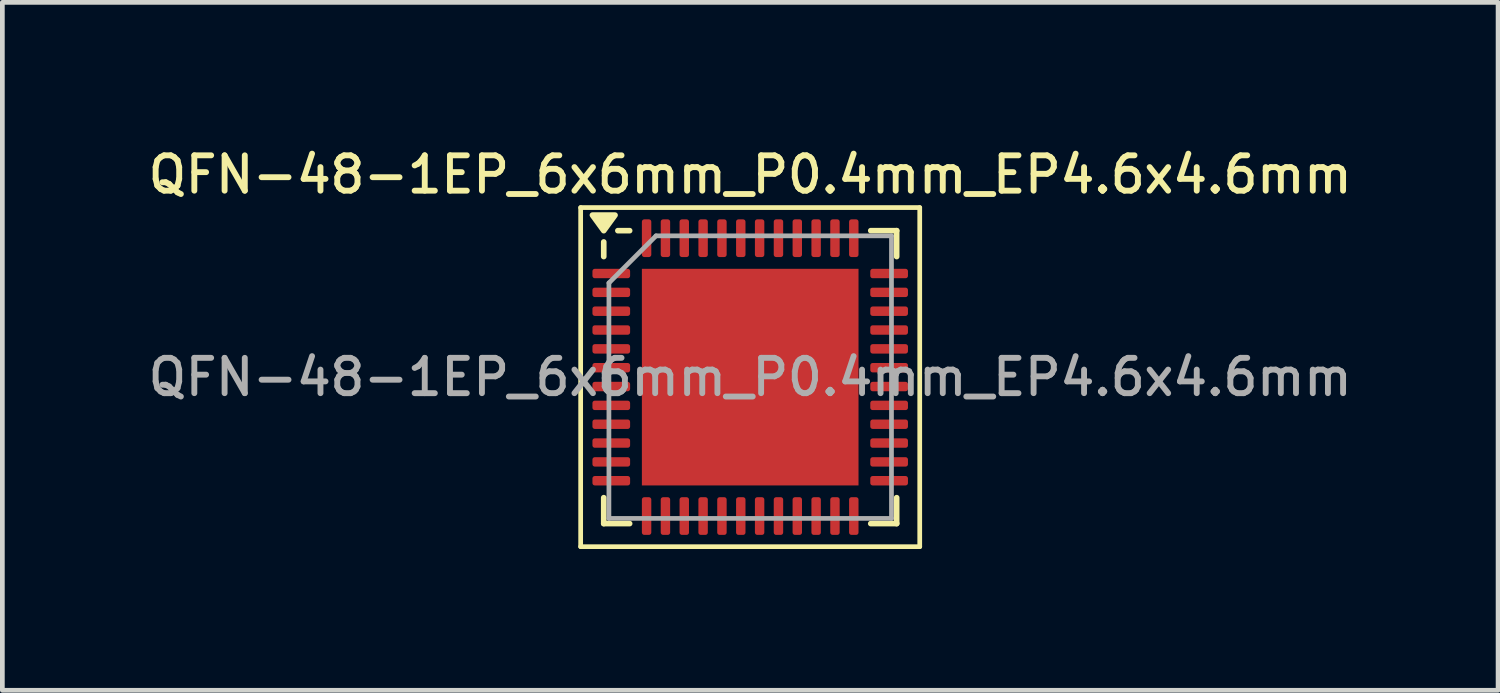
<source format=kicad_pcb>
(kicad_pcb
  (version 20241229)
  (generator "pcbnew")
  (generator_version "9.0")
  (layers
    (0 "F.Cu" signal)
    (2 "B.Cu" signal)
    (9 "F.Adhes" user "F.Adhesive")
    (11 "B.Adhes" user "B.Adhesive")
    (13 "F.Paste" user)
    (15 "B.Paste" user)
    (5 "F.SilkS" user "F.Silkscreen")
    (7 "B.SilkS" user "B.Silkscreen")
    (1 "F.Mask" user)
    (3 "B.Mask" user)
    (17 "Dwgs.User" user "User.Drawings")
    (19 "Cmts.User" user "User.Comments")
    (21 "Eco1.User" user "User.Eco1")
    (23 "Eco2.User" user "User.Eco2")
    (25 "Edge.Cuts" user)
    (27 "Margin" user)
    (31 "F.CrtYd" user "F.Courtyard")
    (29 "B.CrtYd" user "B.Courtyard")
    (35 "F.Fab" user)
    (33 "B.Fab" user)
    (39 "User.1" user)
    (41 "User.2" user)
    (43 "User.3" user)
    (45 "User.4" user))
  (footprint "QFN-48-1EP_6x6mm_P0.4mm_EP4.6x4.6mm"
    (layer "F.Cu")
    (at 12.88 4.958)
    (property "Reference" "QFN-48-1EP_6x6mm_P0.4mm_EP4.6x4.6mm" (at 0 -4.3 0) (layer "F.SilkS") (effects (font (size 0.75 0.75) (thickness 0.125))))
    (attr smd)
    (fp_line (start -3.6 -3.6) (end -3.6 3.6) (stroke (width 0.1) (type solid)) (layer "F.SilkS"))
    (fp_line (start -3.6 3.6) (end 3.6 3.6) (stroke (width 0.1) (type solid)) (layer "F.SilkS"))
    (fp_line (start -3.11 -2.56) (end -3.11 -2.87) (stroke (width 0.12) (type solid)) (layer "F.SilkS"))
    (fp_line (start -3.11 3.11) (end -3.11 2.56) (stroke (width 0.12) (type solid)) (layer "F.SilkS"))
    (fp_line (start -2.56 -3.11) (end -2.81 -3.11) (stroke (width 0.12) (type solid)) (layer "F.SilkS"))
    (fp_line (start -2.56 3.11) (end -3.11 3.11) (stroke (width 0.12) (type solid)) (layer "F.SilkS"))
    (fp_line (start 2.56 -3.11) (end 3.11 -3.11) (stroke (width 0.12) (type solid)) (layer "F.SilkS"))
    (fp_line (start 2.56 3.11) (end 3.11 3.11) (stroke (width 0.12) (type solid)) (layer "F.SilkS"))
    (fp_line (start 3.11 -3.11) (end 3.11 -2.56) (stroke (width 0.12) (type solid)) (layer "F.SilkS"))
    (fp_line (start 3.11 3.11) (end 3.11 2.56) (stroke (width 0.12) (type solid)) (layer "F.SilkS"))
    (fp_line (start 3.6 -3.6) (end -3.6 -3.6) (stroke (width 0.1) (type solid)) (layer "F.SilkS"))
    (fp_line (start 3.6 3.6) (end 3.6 -3.6) (stroke (width 0.1) (type solid)) (layer "F.SilkS"))
    (fp_poly (pts (xy -3.11 -3.11) (xy -3.35 -3.44) (xy -2.87 -3.44) (xy -3.11 -3.11)) (stroke (width 0.12) (type solid)) (fill yes) (layer "F.SilkS"))
    (fp_line (start -3 -2) (end -2 -3) (stroke (width 0.1) (type solid)) (layer "F.Fab"))
    (fp_line (start -3 3) (end -3 -2) (stroke (width 0.1) (type solid)) (layer "F.Fab"))
    (fp_line (start -2 -3) (end 3 -3) (stroke (width 0.1) (type solid)) (layer "F.Fab"))
    (fp_line (start 3 -3) (end 3 3) (stroke (width 0.1) (type solid)) (layer "F.Fab"))
    (fp_line (start 3 3) (end -3 3) (stroke (width 0.1) (type solid)) (layer "F.Fab"))
    (fp_text user "${REFERENCE}" (at 0 0 0) (layer "F.Fab") (effects (font (size 0.75 0.75) (thickness 0.125))))
    (pad "" smd roundrect (at -1.53 -1.53) (size 1.24 1.24) (layers "F.Paste") (roundrect_rratio 0.202))
    (pad "" smd roundrect (at -1.53 0) (size 1.24 1.24) (layers "F.Paste") (roundrect_rratio 0.202))
    (pad "" smd roundrect (at -1.53 1.53) (size 1.24 1.24) (layers "F.Paste") (roundrect_rratio 0.202))
    (pad "" smd roundrect (at 0 -1.53) (size 1.24 1.24) (layers "F.Paste") (roundrect_rratio 0.202))
    (pad "" smd roundrect (at 0 0) (size 1.24 1.24) (layers "F.Paste") (roundrect_rratio 0.202))
    (pad "" smd roundrect (at 0 1.53) (size 1.24 1.24) (layers "F.Paste") (roundrect_rratio 0.202))
    (pad "" smd roundrect (at 1.53 -1.53) (size 1.24 1.24) (layers "F.Paste") (roundrect_rratio 0.202))
    (pad "" smd roundrect (at 1.53 0) (size 1.24 1.24) (layers "F.Paste") (roundrect_rratio 0.202))
    (pad "" smd roundrect (at 1.53 1.53) (size 1.24 1.24) (layers "F.Paste") (roundrect_rratio 0.202))
    (pad "1" smd roundrect (at -2.95 -2.2) (size 0.8 0.2) (layers "F.Cu" "F.Mask" "F.Paste") (roundrect_rratio 0.25))
    (pad "2" smd roundrect (at -2.95 -1.8) (size 0.8 0.2) (layers "F.Cu" "F.Mask" "F.Paste") (roundrect_rratio 0.25))
    (pad "3" smd roundrect (at -2.95 -1.4) (size 0.8 0.2) (layers "F.Cu" "F.Mask" "F.Paste") (roundrect_rratio 0.25))
    (pad "4" smd roundrect (at -2.95 -1) (size 0.8 0.2) (layers "F.Cu" "F.Mask" "F.Paste") (roundrect_rratio 0.25))
    (pad "5" smd roundrect (at -2.95 -0.6) (size 0.8 0.2) (layers "F.Cu" "F.Mask" "F.Paste") (roundrect_rratio 0.25))
    (pad "6" smd roundrect (at -2.95 -0.2) (size 0.8 0.2) (layers "F.Cu" "F.Mask" "F.Paste") (roundrect_rratio 0.25))
    (pad "7" smd roundrect (at -2.95 0.2) (size 0.8 0.2) (layers "F.Cu" "F.Mask" "F.Paste") (roundrect_rratio 0.25))
    (pad "8" smd roundrect (at -2.95 0.6) (size 0.8 0.2) (layers "F.Cu" "F.Mask" "F.Paste") (roundrect_rratio 0.25))
    (pad "9" smd roundrect (at -2.95 1) (size 0.8 0.2) (layers "F.Cu" "F.Mask" "F.Paste") (roundrect_rratio 0.25))
    (pad "10" smd roundrect (at -2.95 1.4) (size 0.8 0.2) (layers "F.Cu" "F.Mask" "F.Paste") (roundrect_rratio 0.25))
    (pad "11" smd roundrect (at -2.95 1.8) (size 0.8 0.2) (layers "F.Cu" "F.Mask" "F.Paste") (roundrect_rratio 0.25))
    (pad "12" smd roundrect (at -2.95 2.2) (size 0.8 0.2) (layers "F.Cu" "F.Mask" "F.Paste") (roundrect_rratio 0.25))
    (pad "13" smd roundrect (at -2.2 2.95) (size 0.2 0.8) (layers "F.Cu" "F.Mask" "F.Paste") (roundrect_rratio 0.25))
    (pad "14" smd roundrect (at -1.8 2.95) (size 0.2 0.8) (layers "F.Cu" "F.Mask" "F.Paste") (roundrect_rratio 0.25))
    (pad "15" smd roundrect (at -1.4 2.95) (size 0.2 0.8) (layers "F.Cu" "F.Mask" "F.Paste") (roundrect_rratio 0.25))
    (pad "16" smd roundrect (at -1 2.95) (size 0.2 0.8) (layers "F.Cu" "F.Mask" "F.Paste") (roundrect_rratio 0.25))
    (pad "17" smd roundrect (at -0.6 2.95) (size 0.2 0.8) (layers "F.Cu" "F.Mask" "F.Paste") (roundrect_rratio 0.25))
    (pad "18" smd roundrect (at -0.2 2.95) (size 0.2 0.8) (layers "F.Cu" "F.Mask" "F.Paste") (roundrect_rratio 0.25))
    (pad "19" smd roundrect (at 0.2 2.95) (size 0.2 0.8) (layers "F.Cu" "F.Mask" "F.Paste") (roundrect_rratio 0.25))
    (pad "20" smd roundrect (at 0.6 2.95) (size 0.2 0.8) (layers "F.Cu" "F.Mask" "F.Paste") (roundrect_rratio 0.25))
    (pad "21" smd roundrect (at 1 2.95) (size 0.2 0.8) (layers "F.Cu" "F.Mask" "F.Paste") (roundrect_rratio 0.25))
    (pad "22" smd roundrect (at 1.4 2.95) (size 0.2 0.8) (layers "F.Cu" "F.Mask" "F.Paste") (roundrect_rratio 0.25))
    (pad "23" smd roundrect (at 1.8 2.95) (size 0.2 0.8) (layers "F.Cu" "F.Mask" "F.Paste") (roundrect_rratio 0.25))
    (pad "24" smd roundrect (at 2.2 2.95) (size 0.2 0.8) (layers "F.Cu" "F.Mask" "F.Paste") (roundrect_rratio 0.25))
    (pad "25" smd roundrect (at 2.95 2.2) (size 0.8 0.2) (layers "F.Cu" "F.Mask" "F.Paste") (roundrect_rratio 0.25))
    (pad "26" smd roundrect (at 2.95 1.8) (size 0.8 0.2) (layers "F.Cu" "F.Mask" "F.Paste") (roundrect_rratio 0.25))
    (pad "27" smd roundrect (at 2.95 1.4) (size 0.8 0.2) (layers "F.Cu" "F.Mask" "F.Paste") (roundrect_rratio 0.25))
    (pad "28" smd roundrect (at 2.95 1) (size 0.8 0.2) (layers "F.Cu" "F.Mask" "F.Paste") (roundrect_rratio 0.25))
    (pad "29" smd roundrect (at 2.95 0.6) (size 0.8 0.2) (layers "F.Cu" "F.Mask" "F.Paste") (roundrect_rratio 0.25))
    (pad "30" smd roundrect (at 2.95 0.2) (size 0.8 0.2) (layers "F.Cu" "F.Mask" "F.Paste") (roundrect_rratio 0.25))
    (pad "31" smd roundrect (at 2.95 -0.2) (size 0.8 0.2) (layers "F.Cu" "F.Mask" "F.Paste") (roundrect_rratio 0.25))
    (pad "32" smd roundrect (at 2.95 -0.6) (size 0.8 0.2) (layers "F.Cu" "F.Mask" "F.Paste") (roundrect_rratio 0.25))
    (pad "33" smd roundrect (at 2.95 -1) (size 0.8 0.2) (layers "F.Cu" "F.Mask" "F.Paste") (roundrect_rratio 0.25))
    (pad "34" smd roundrect (at 2.95 -1.4) (size 0.8 0.2) (layers "F.Cu" "F.Mask" "F.Paste") (roundrect_rratio 0.25))
    (pad "35" smd roundrect (at 2.95 -1.8) (size 0.8 0.2) (layers "F.Cu" "F.Mask" "F.Paste") (roundrect_rratio 0.25))
    (pad "36" smd roundrect (at 2.95 -2.2) (size 0.8 0.2) (layers "F.Cu" "F.Mask" "F.Paste") (roundrect_rratio 0.25))
    (pad "37" smd roundrect (at 2.2 -2.95) (size 0.2 0.8) (layers "F.Cu" "F.Mask" "F.Paste") (roundrect_rratio 0.25))
    (pad "38" smd roundrect (at 1.8 -2.95) (size 0.2 0.8) (layers "F.Cu" "F.Mask" "F.Paste") (roundrect_rratio 0.25))
    (pad "39" smd roundrect (at 1.4 -2.95) (size 0.2 0.8) (layers "F.Cu" "F.Mask" "F.Paste") (roundrect_rratio 0.25))
    (pad "40" smd roundrect (at 1 -2.95) (size 0.2 0.8) (layers "F.Cu" "F.Mask" "F.Paste") (roundrect_rratio 0.25))
    (pad "41" smd roundrect (at 0.6 -2.95) (size 0.2 0.8) (layers "F.Cu" "F.Mask" "F.Paste") (roundrect_rratio 0.25))
    (pad "42" smd roundrect (at 0.2 -2.95) (size 0.2 0.8) (layers "F.Cu" "F.Mask" "F.Paste") (roundrect_rratio 0.25))
    (pad "43" smd roundrect (at -0.2 -2.95) (size 0.2 0.8) (layers "F.Cu" "F.Mask" "F.Paste") (roundrect_rratio 0.25))
    (pad "44" smd roundrect (at -0.6 -2.95) (size 0.2 0.8) (layers "F.Cu" "F.Mask" "F.Paste") (roundrect_rratio 0.25))
    (pad "45" smd roundrect (at -1 -2.95) (size 0.2 0.8) (layers "F.Cu" "F.Mask" "F.Paste") (roundrect_rratio 0.25))
    (pad "46" smd roundrect (at -1.4 -2.95) (size 0.2 0.8) (layers "F.Cu" "F.Mask" "F.Paste") (roundrect_rratio 0.25))
    (pad "47" smd roundrect (at -1.8 -2.95) (size 0.2 0.8) (layers "F.Cu" "F.Mask" "F.Paste") (roundrect_rratio 0.25))
    (pad "48" smd roundrect (at -2.2 -2.95) (size 0.2 0.8) (layers "F.Cu" "F.Mask" "F.Paste") (roundrect_rratio 0.25))
    (pad "49" smd rect (at 0 0) (size 4.6 4.6) (property pad_prop_heatsink) (layers "F.Cu" "F.Mask")))
  (gr_rect
    (start -3 -3)
    (end 28.761 11.608)
    (stroke (width 0.1) (type default))
    (fill no)
    (layer "Edge.Cuts")))
</source>
